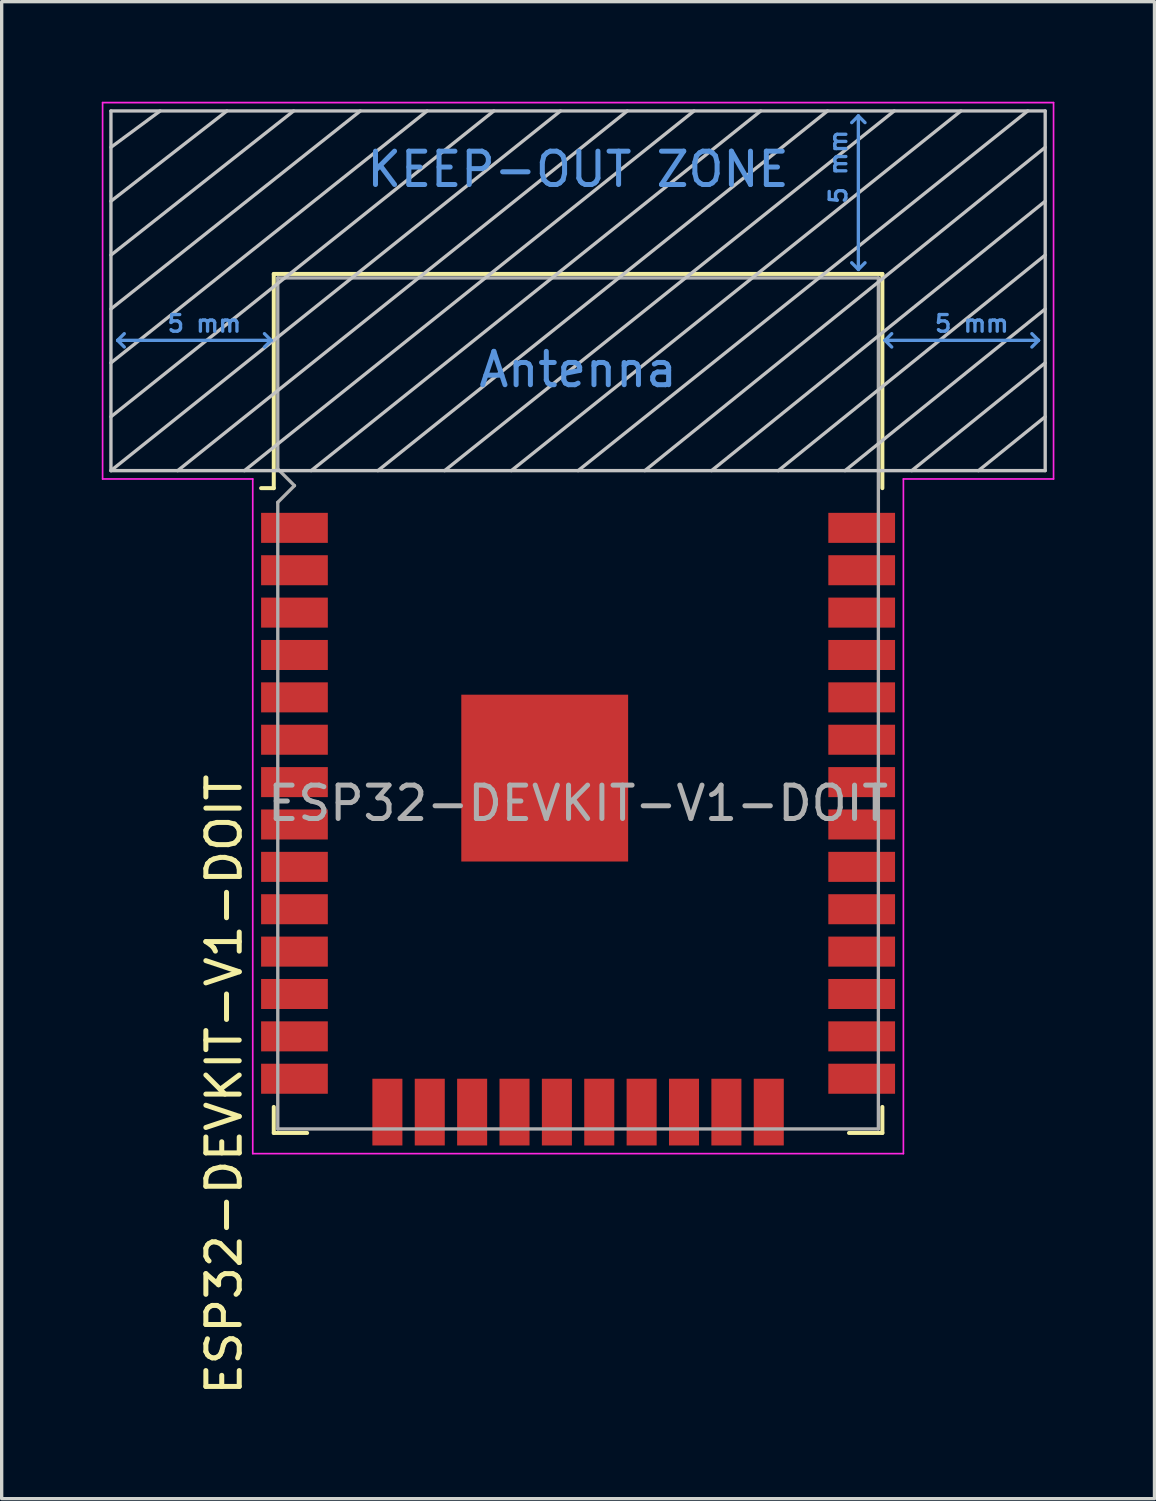
<source format=kicad_pcb>
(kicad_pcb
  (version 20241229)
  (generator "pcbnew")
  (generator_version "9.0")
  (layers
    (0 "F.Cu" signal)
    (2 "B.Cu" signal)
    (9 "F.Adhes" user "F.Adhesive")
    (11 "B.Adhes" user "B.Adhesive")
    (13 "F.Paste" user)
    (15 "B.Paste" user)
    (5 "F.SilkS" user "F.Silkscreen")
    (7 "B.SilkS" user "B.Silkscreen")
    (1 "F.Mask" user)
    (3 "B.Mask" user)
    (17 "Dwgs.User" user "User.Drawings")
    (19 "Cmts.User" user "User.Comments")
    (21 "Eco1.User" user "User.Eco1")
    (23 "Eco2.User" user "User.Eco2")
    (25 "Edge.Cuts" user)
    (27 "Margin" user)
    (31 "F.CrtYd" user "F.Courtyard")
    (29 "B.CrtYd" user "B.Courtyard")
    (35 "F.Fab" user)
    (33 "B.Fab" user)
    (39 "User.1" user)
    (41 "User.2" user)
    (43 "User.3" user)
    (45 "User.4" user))
  (footprint "ESP32-DEVKIT-V1-DOIT"
    (layer "F.Cu")
    (at 14.275 21.025)
    (property "Reference" "ESP32-DEVKIT-V1-DOIT" (at -10.61 8.43 90) (layer "F.SilkS") (effects (font (size 1 1) (thickness 0.15))))
    (attr smd)
    (fp_line (start -9.12 -15.865) (end -9.12 -9.445) (stroke (width 0.12) (type solid)) (layer "F.SilkS"))
    (fp_line (start -9.12 -15.865) (end 9.12 -15.865) (stroke (width 0.12) (type solid)) (layer "F.SilkS"))
    (fp_line (start -9.12 -9.445) (end -9.5 -9.445) (stroke (width 0.12) (type solid)) (layer "F.SilkS"))
    (fp_line (start -9.12 9.1) (end -9.12 9.88) (stroke (width 0.12) (type solid)) (layer "F.SilkS"))
    (fp_line (start -9.12 9.88) (end -8.12 9.88) (stroke (width 0.12) (type solid)) (layer "F.SilkS"))
    (fp_line (start 9.12 -15.865) (end 9.12 -9.445) (stroke (width 0.12) (type solid)) (layer "F.SilkS"))
    (fp_line (start 9.12 9.1) (end 9.12 9.88) (stroke (width 0.12) (type solid)) (layer "F.SilkS"))
    (fp_line (start 9.12 9.88) (end 8.12 9.88) (stroke (width 0.12) (type solid)) (layer "F.SilkS"))
    (fp_line (start -14 -9.97) (end -14 -20.75) (stroke (width 0.1) (type solid)) (layer "Dwgs.User"))
    (fp_line (start -12.525 -20.75) (end -14 -19.66) (stroke (width 0.1) (type solid)) (layer "Dwgs.User"))
    (fp_line (start -10.525 -20.75) (end -14 -18.045) (stroke (width 0.1) (type solid)) (layer "Dwgs.User"))
    (fp_line (start -8.525 -20.75) (end -14 -16.43) (stroke (width 0.1) (type solid)) (layer "Dwgs.User"))
    (fp_line (start -8 -9.97) (end 5.475 -20.75) (stroke (width 0.1) (type solid)) (layer "Dwgs.User"))
    (fp_line (start -6.525 -20.75) (end -14 -14.815) (stroke (width 0.1) (type solid)) (layer "Dwgs.User"))
    (fp_line (start -4.525 -20.75) (end -14 -13.2) (stroke (width 0.1) (type solid)) (layer "Dwgs.User"))
    (fp_line (start -2.525 -20.75) (end -14 -11.585) (stroke (width 0.1) (type solid)) (layer "Dwgs.User"))
    (fp_line (start -0.525 -20.75) (end -14 -9.97) (stroke (width 0.1) (type solid)) (layer "Dwgs.User"))
    (fp_line (start 1.475 -20.75) (end -12 -9.97) (stroke (width 0.1) (type solid)) (layer "Dwgs.User"))
    (fp_line (start 3.475 -20.75) (end -10 -9.97) (stroke (width 0.1) (type solid)) (layer "Dwgs.User"))
    (fp_line (start 7.475 -20.75) (end -6 -9.97) (stroke (width 0.1) (type solid)) (layer "Dwgs.User"))
    (fp_line (start 9.475 -20.75) (end -4 -9.97) (stroke (width 0.1) (type solid)) (layer "Dwgs.User"))
    (fp_line (start 11.475 -20.75) (end -2 -9.97) (stroke (width 0.1) (type solid)) (layer "Dwgs.User"))
    (fp_line (start 13.475 -20.75) (end 0 -9.97) (stroke (width 0.1) (type solid)) (layer "Dwgs.User"))
    (fp_line (start 14 -20.75) (end -14 -20.75) (stroke (width 0.1) (type solid)) (layer "Dwgs.User"))
    (fp_line (start 14 -19.66) (end 2 -9.97) (stroke (width 0.1) (type solid)) (layer "Dwgs.User"))
    (fp_line (start 14 -18.045) (end 4 -9.97) (stroke (width 0.1) (type solid)) (layer "Dwgs.User"))
    (fp_line (start 14 -16.43) (end 6 -9.97) (stroke (width 0.1) (type solid)) (layer "Dwgs.User"))
    (fp_line (start 14 -14.815) (end 8 -9.97) (stroke (width 0.1) (type solid)) (layer "Dwgs.User"))
    (fp_line (start 14 -13.2) (end 10 -9.97) (stroke (width 0.1) (type solid)) (layer "Dwgs.User"))
    (fp_line (start 14 -11.585) (end 12 -9.97) (stroke (width 0.1) (type solid)) (layer "Dwgs.User"))
    (fp_line (start 14 -9.97) (end -14 -9.97) (stroke (width 0.1) (type solid)) (layer "Dwgs.User"))
    (fp_line (start 14 -9.97) (end 14 -20.75) (stroke (width 0.1) (type solid)) (layer "Dwgs.User"))
    (fp_line (start -13.8 -13.875) (end -13.6 -14.075) (stroke (width 0.1) (type solid)) (layer "Cmts.User"))
    (fp_line (start -13.8 -13.875) (end -13.6 -13.675) (stroke (width 0.1) (type solid)) (layer "Cmts.User"))
    (fp_line (start -13.8 -13.875) (end -9.2 -13.875) (stroke (width 0.1) (type solid)) (layer "Cmts.User"))
    (fp_line (start -9.2 -13.875) (end -9.4 -14.075) (stroke (width 0.1) (type solid)) (layer "Cmts.User"))
    (fp_line (start -9.2 -13.875) (end -9.4 -13.675) (stroke (width 0.1) (type solid)) (layer "Cmts.User"))
    (fp_line (start 8.4 -20.6) (end 8.2 -20.4) (stroke (width 0.1) (type solid)) (layer "Cmts.User"))
    (fp_line (start 8.4 -20.6) (end 8.6 -20.4) (stroke (width 0.1) (type solid)) (layer "Cmts.User"))
    (fp_line (start 8.4 -16) (end 8.2 -16.2) (stroke (width 0.1) (type solid)) (layer "Cmts.User"))
    (fp_line (start 8.4 -16) (end 8.4 -20.6) (stroke (width 0.1) (type solid)) (layer "Cmts.User"))
    (fp_line (start 8.4 -16) (end 8.6 -16.2) (stroke (width 0.1) (type solid)) (layer "Cmts.User"))
    (fp_line (start 9.2 -13.875) (end 9.4 -14.075) (stroke (width 0.1) (type solid)) (layer "Cmts.User"))
    (fp_line (start 9.2 -13.875) (end 9.4 -13.675) (stroke (width 0.1) (type solid)) (layer "Cmts.User"))
    (fp_line (start 9.2 -13.875) (end 13.8 -13.875) (stroke (width 0.1) (type solid)) (layer "Cmts.User"))
    (fp_line (start 13.8 -13.875) (end 13.6 -14.075) (stroke (width 0.1) (type solid)) (layer "Cmts.User"))
    (fp_line (start 13.8 -13.875) (end 13.6 -13.675) (stroke (width 0.1) (type solid)) (layer "Cmts.User"))
    (fp_line (start -14.25 -21) (end -14.25 -9.72) (stroke (width 0.05) (type solid)) (layer "F.CrtYd"))
    (fp_line (start -14.25 -21) (end 14.25 -21) (stroke (width 0.05) (type solid)) (layer "F.CrtYd"))
    (fp_line (start -14.25 -9.72) (end -9.75 -9.72) (stroke (width 0.05) (type solid)) (layer "F.CrtYd"))
    (fp_line (start -9.75 10.5) (end -9.75 -9.72) (stroke (width 0.05) (type solid)) (layer "F.CrtYd"))
    (fp_line (start -9.75 10.5) (end 9.75 10.5) (stroke (width 0.05) (type solid)) (layer "F.CrtYd"))
    (fp_line (start 9.75 -9.72) (end 9.75 10.5) (stroke (width 0.05) (type solid)) (layer "F.CrtYd"))
    (fp_line (start 9.75 -9.72) (end 14.25 -9.72) (stroke (width 0.05) (type solid)) (layer "F.CrtYd"))
    (fp_line (start 14.25 -21) (end 14.25 -9.72) (stroke (width 0.05) (type solid)) (layer "F.CrtYd"))
    (fp_line (start -9 -15.745) (end -9 -10.02) (stroke (width 0.1) (type solid)) (layer "F.Fab"))
    (fp_line (start -9 -15.745) (end 9 -15.745) (stroke (width 0.1) (type solid)) (layer "F.Fab"))
    (fp_line (start -9 -9.02) (end -9 9.76) (stroke (width 0.1) (type solid)) (layer "F.Fab"))
    (fp_line (start -9 -9.02) (end -8.5 -9.52) (stroke (width 0.1) (type solid)) (layer "F.Fab"))
    (fp_line (start -9 9.76) (end 9 9.76) (stroke (width 0.1) (type solid)) (layer "F.Fab"))
    (fp_line (start -8.5 -9.52) (end -9 -10.02) (stroke (width 0.1) (type solid)) (layer "F.Fab"))
    (fp_line (start 9 9.76) (end 9 -15.745) (stroke (width 0.1) (type solid)) (layer "F.Fab"))
    (fp_text user "KEEP-OUT ZONE" (at 0 -19 0) (layer "Cmts.User") (effects (font (size 1 1) (thickness 0.15))))
    (fp_text user "5 mm" (at 11.8 -14.375 0) (layer "Cmts.User") (effects (font (size 0.5 0.5) (thickness 0.1))))
    (fp_text user "5 mm" (at -11.2 -14.375 0) (layer "Cmts.User") (effects (font (size 0.5 0.5) (thickness 0.1))))
    (fp_text user "Antenna" (at 0 -13 0) (layer "Cmts.User") (effects (font (size 1 1) (thickness 0.15))))
    (fp_text user "5 mm" (at 7.8 -19.075 90) (layer "Cmts.User") (effects (font (size 0.5 0.5) (thickness 0.1))))
    (fp_text user "${REFERENCE}" (at 0 0 0) (layer "F.Fab") (effects (font (size 1 1) (thickness 0.15))))
    (pad "1" smd rect (at -8.5 -8.255) (size 2 0.9) (layers "F.Cu" "F.Mask" "F.Paste"))
    (pad "2" smd rect (at -8.5 -6.985) (size 2 0.9) (layers "F.Cu" "F.Mask" "F.Paste"))
    (pad "3" smd rect (at -8.5 -5.715) (size 2 0.9) (layers "F.Cu" "F.Mask" "F.Paste"))
    (pad "4" smd rect (at -8.5 -4.445) (size 2 0.9) (layers "F.Cu" "F.Mask" "F.Paste"))
    (pad "5" smd rect (at -8.5 -3.175) (size 2 0.9) (layers "F.Cu" "F.Mask" "F.Paste"))
    (pad "6" smd rect (at -8.5 -1.905) (size 2 0.9) (layers "F.Cu" "F.Mask" "F.Paste"))
    (pad "7" smd rect (at -8.5 -0.635) (size 2 0.9) (layers "F.Cu" "F.Mask" "F.Paste"))
    (pad "8" smd rect (at -8.5 0.635) (size 2 0.9) (layers "F.Cu" "F.Mask" "F.Paste"))
    (pad "9" smd rect (at -8.5 1.905) (size 2 0.9) (layers "F.Cu" "F.Mask" "F.Paste"))
    (pad "10" smd rect (at -8.5 3.175) (size 2 0.9) (layers "F.Cu" "F.Mask" "F.Paste"))
    (pad "11" smd rect (at -8.5 4.445) (size 2 0.9) (layers "F.Cu" "F.Mask" "F.Paste"))
    (pad "12" smd rect (at -8.5 5.715) (size 2 0.9) (layers "F.Cu" "F.Mask" "F.Paste"))
    (pad "13" smd rect (at -8.5 6.985) (size 2 0.9) (layers "F.Cu" "F.Mask" "F.Paste"))
    (pad "14" smd rect (at -8.5 8.255) (size 2 0.9) (layers "F.Cu" "F.Mask" "F.Paste"))
    (pad "15" smd rect (at -5.715 9.255 90) (size 2 0.9) (layers "F.Cu" "F.Mask" "F.Paste"))
    (pad "16" smd rect (at -4.445 9.255 90) (size 2 0.9) (layers "F.Cu" "F.Mask" "F.Paste"))
    (pad "17" smd rect (at -3.175 9.255 90) (size 2 0.9) (layers "F.Cu" "F.Mask" "F.Paste"))
    (pad "18" smd rect (at -1.905 9.255 90) (size 2 0.9) (layers "F.Cu" "F.Mask" "F.Paste"))
    (pad "19" smd rect (at -0.635 9.255 90) (size 2 0.9) (layers "F.Cu" "F.Mask" "F.Paste"))
    (pad "20" smd rect (at 0.635 9.255 90) (size 2 0.9) (layers "F.Cu" "F.Mask" "F.Paste"))
    (pad "21" smd rect (at 1.905 9.255 90) (size 2 0.9) (layers "F.Cu" "F.Mask" "F.Paste"))
    (pad "22" smd rect (at 3.175 9.255 90) (size 2 0.9) (layers "F.Cu" "F.Mask" "F.Paste"))
    (pad "23" smd rect (at 4.445 9.255 90) (size 2 0.9) (layers "F.Cu" "F.Mask" "F.Paste"))
    (pad "24" smd rect (at 5.715 9.255 90) (size 2 0.9) (layers "F.Cu" "F.Mask" "F.Paste"))
    (pad "25" smd rect (at 8.5 8.255) (size 2 0.9) (layers "F.Cu" "F.Mask" "F.Paste"))
    (pad "26" smd rect (at 8.5 6.985) (size 2 0.9) (layers "F.Cu" "F.Mask" "F.Paste"))
    (pad "27" smd rect (at 8.5 5.715) (size 2 0.9) (layers "F.Cu" "F.Mask" "F.Paste"))
    (pad "28" smd rect (at 8.5 4.445) (size 2 0.9) (layers "F.Cu" "F.Mask" "F.Paste"))
    (pad "29" smd rect (at 8.5 3.175) (size 2 0.9) (layers "F.Cu" "F.Mask" "F.Paste"))
    (pad "30" smd rect (at 8.5 1.905) (size 2 0.9) (layers "F.Cu" "F.Mask" "F.Paste"))
    (pad "31" smd rect (at 8.5 0.635) (size 2 0.9) (layers "F.Cu" "F.Mask" "F.Paste"))
    (pad "32" smd rect (at 8.5 -0.635) (size 2 0.9) (layers "F.Cu" "F.Mask" "F.Paste"))
    (pad "33" smd rect (at 8.5 -1.905) (size 2 0.9) (layers "F.Cu" "F.Mask" "F.Paste"))
    (pad "34" smd rect (at 8.5 -3.175) (size 2 0.9) (layers "F.Cu" "F.Mask" "F.Paste"))
    (pad "35" smd rect (at 8.5 -4.445) (size 2 0.9) (layers "F.Cu" "F.Mask" "F.Paste"))
    (pad "36" smd rect (at 8.5 -5.715) (size 2 0.9) (layers "F.Cu" "F.Mask" "F.Paste"))
    (pad "37" smd rect (at 8.5 -6.985) (size 2 0.9) (layers "F.Cu" "F.Mask" "F.Paste"))
    (pad "38" smd rect (at 8.5 -8.255) (size 2 0.9) (layers "F.Cu" "F.Mask" "F.Paste"))
    (pad "39" smd rect (at -1 -0.755) (size 5 5) (layers "F.Cu" "F.Mask" "F.Paste")))
  (gr_rect
    (start -3 -3)
    (end 31.55 41.866)
    (stroke (width 0.1) (type default))
    (fill no)
    (layer "Edge.Cuts")))
</source>
